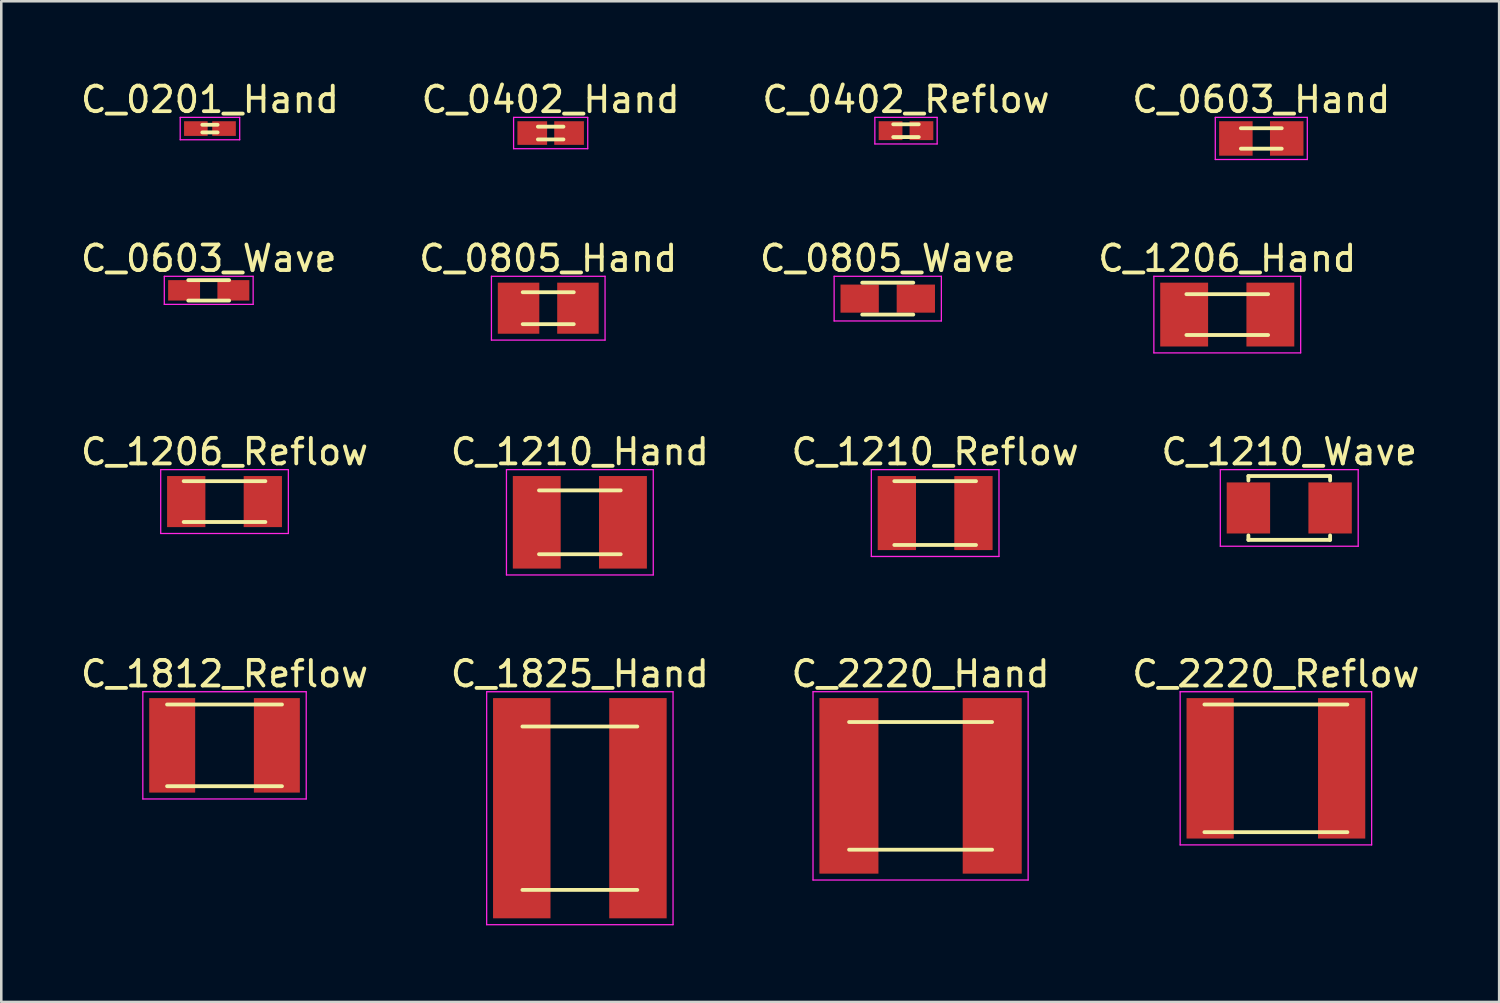
<source format=kicad_pcb>
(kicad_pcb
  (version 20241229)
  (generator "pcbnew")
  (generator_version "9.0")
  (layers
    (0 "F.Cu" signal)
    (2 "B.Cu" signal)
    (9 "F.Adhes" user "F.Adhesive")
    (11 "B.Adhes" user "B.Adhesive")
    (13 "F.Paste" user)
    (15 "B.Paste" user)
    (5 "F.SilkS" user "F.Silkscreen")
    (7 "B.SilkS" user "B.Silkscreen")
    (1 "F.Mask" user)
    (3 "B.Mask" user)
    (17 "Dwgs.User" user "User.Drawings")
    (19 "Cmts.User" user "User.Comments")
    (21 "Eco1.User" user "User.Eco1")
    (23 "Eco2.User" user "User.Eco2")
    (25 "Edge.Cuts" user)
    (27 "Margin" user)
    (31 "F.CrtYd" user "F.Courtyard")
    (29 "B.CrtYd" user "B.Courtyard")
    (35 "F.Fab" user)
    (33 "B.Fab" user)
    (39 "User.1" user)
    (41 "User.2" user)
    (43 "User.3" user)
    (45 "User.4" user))
  (footprint "C_0603_Wave"
    (layer "F.Cu")
    (at 5.125 8.322)
    (property "Reference" "C_0603_Wave" (at 0 -1.25 0) (layer "F.SilkS") (effects (font (size 1 1) (thickness 0.15))))
    (attr smd)
    (fp_line (start -0.8 -0.4) (end 0.8 -0.4) (stroke (width 0.15) (type solid)) (layer "F.SilkS"))
    (fp_line (start -0.8 0.4) (end 0.8 0.4) (stroke (width 0.15) (type solid)) (layer "F.SilkS"))
    (fp_line (start -1.74 -0.55) (end -1.74 0.55) (stroke (width 0.05) (type solid)) (layer "F.CrtYd"))
    (fp_line (start -1.74 -0.55) (end 1.74 -0.55) (stroke (width 0.05) (type solid)) (layer "F.CrtYd"))
    (fp_line (start -1.74 0.55) (end 1.74 0.55) (stroke (width 0.05) (type solid)) (layer "F.CrtYd"))
    (fp_line (start 1.74 -0.55) (end 1.74 0.55) (stroke (width 0.05) (type solid)) (layer "F.CrtYd"))
    (pad "1" smd rect (at -0.965 0) (size 1.25 0.8) (layers "F.Cu" "F.Mask" "F.Paste"))
    (pad "2" smd rect (at 0.965 0) (size 1.25 0.8) (layers "F.Cu" "F.Mask" "F.Paste")))
  (footprint "C_0805_Hand"
    (layer "F.Cu")
    (at 18.423 9.021)
    (property "Reference" "C_0805_Hand" (at 0 -1.95 0) (layer "F.SilkS") (effects (font (size 1 1) (thickness 0.15))))
    (attr smd)
    (fp_line (start -1 -0.625) (end 1 -0.625) (stroke (width 0.15) (type solid)) (layer "F.SilkS"))
    (fp_line (start -1 0.625) (end 1 0.625) (stroke (width 0.15) (type solid)) (layer "F.SilkS"))
    (fp_line (start -2.225 -1.25) (end -2.225 1.25) (stroke (width 0.05) (type solid)) (layer "F.CrtYd"))
    (fp_line (start -2.225 -1.25) (end 2.225 -1.25) (stroke (width 0.05) (type solid)) (layer "F.CrtYd"))
    (fp_line (start -2.225 1.25) (end 2.225 1.25) (stroke (width 0.05) (type solid)) (layer "F.CrtYd"))
    (fp_line (start 2.225 -1.25) (end 2.225 1.25) (stroke (width 0.05) (type solid)) (layer "F.CrtYd"))
    (pad "1" smd rect (at -1.163 0) (size 1.625 2) (layers "F.Cu" "F.Mask" "F.Paste"))
    (pad "2" smd rect (at 1.163 0) (size 1.625 2) (layers "F.Cu" "F.Mask" "F.Paste")))
  (footprint "C_0201_Hand"
    (layer "F.Cu")
    (at 5.173 1.986)
    (property "Reference" "C_0201_Hand" (at 0 -1.137 0) (layer "F.SilkS") (effects (font (size 1 1) (thickness 0.15))))
    (attr smd)
    (fp_line (start -0.3 -0.15) (end 0.3 -0.15) (stroke (width 0.15) (type solid)) (layer "F.SilkS"))
    (fp_line (start -0.3 0.15) (end 0.3 0.15) (stroke (width 0.15) (type solid)) (layer "F.SilkS"))
    (fp_line (start -1.165 -0.438) (end -1.165 0.438) (stroke (width 0.05) (type solid)) (layer "F.CrtYd"))
    (fp_line (start -1.165 -0.438) (end 1.165 -0.438) (stroke (width 0.05) (type solid)) (layer "F.CrtYd"))
    (fp_line (start -1.165 0.438) (end 1.165 0.438) (stroke (width 0.05) (type solid)) (layer "F.CrtYd"))
    (fp_line (start 1.165 -0.438) (end 1.165 0.438) (stroke (width 0.05) (type solid)) (layer "F.CrtYd"))
    (pad "1" smd rect (at -0.552 0) (size 0.925 0.575) (layers "F.Cu" "F.Mask" "F.Paste"))
    (pad "2" smd rect (at 0.552 0) (size 0.925 0.575) (layers "F.Cu" "F.Mask" "F.Paste")))
  (footprint "C_1812_Reflow"
    (layer "F.Cu")
    (at 5.744 26.143)
    (property "Reference" "C_1812_Reflow" (at 0 -2.8 0) (layer "F.SilkS") (effects (font (size 1 1) (thickness 0.15))))
    (attr smd)
    (fp_line (start -2.25 -1.6) (end 2.25 -1.6) (stroke (width 0.15) (type solid)) (layer "F.SilkS"))
    (fp_line (start -2.25 1.6) (end 2.25 1.6) (stroke (width 0.15) (type solid)) (layer "F.SilkS"))
    (fp_line (start -3.2 -2.1) (end -3.2 2.1) (stroke (width 0.05) (type solid)) (layer "F.CrtYd"))
    (fp_line (start -3.2 -2.1) (end 3.2 -2.1) (stroke (width 0.05) (type solid)) (layer "F.CrtYd"))
    (fp_line (start -3.2 2.1) (end 3.2 2.1) (stroke (width 0.05) (type solid)) (layer "F.CrtYd"))
    (fp_line (start 3.2 -2.1) (end 3.2 2.1) (stroke (width 0.05) (type solid)) (layer "F.CrtYd"))
    (pad "1" smd rect (at -2.05 0) (size 1.8 3.7) (layers "F.Cu" "F.Mask" "F.Paste"))
    (pad "2" smd rect (at 2.05 0) (size 1.8 3.7) (layers "F.Cu" "F.Mask" "F.Paste")))
  (footprint "C_1206_Hand"
    (layer "F.Cu")
    (at 45.018 9.271)
    (property "Reference" "C_1206_Hand" (at 0 -2.2 0) (layer "F.SilkS") (effects (font (size 1 1) (thickness 0.15))))
    (attr smd)
    (fp_line (start -1.6 -0.8) (end 1.6 -0.8) (stroke (width 0.15) (type solid)) (layer "F.SilkS"))
    (fp_line (start -1.6 0.8) (end 1.6 0.8) (stroke (width 0.15) (type solid)) (layer "F.SilkS"))
    (fp_line (start -2.875 -1.5) (end -2.875 1.5) (stroke (width 0.05) (type solid)) (layer "F.CrtYd"))
    (fp_line (start -2.875 -1.5) (end 2.875 -1.5) (stroke (width 0.05) (type solid)) (layer "F.CrtYd"))
    (fp_line (start -2.875 1.5) (end 2.875 1.5) (stroke (width 0.05) (type solid)) (layer "F.CrtYd"))
    (fp_line (start 2.875 -1.5) (end 2.875 1.5) (stroke (width 0.05) (type solid)) (layer "F.CrtYd"))
    (pad "1" smd rect (at -1.688 0) (size 1.875 2.5) (layers "F.Cu" "F.Mask" "F.Paste"))
    (pad "2" smd rect (at 1.688 0) (size 1.875 2.5) (layers "F.Cu" "F.Mask" "F.Paste")))
  (footprint "C_0402_Reflow"
    (layer "F.Cu")
    (at 32.435 2.068)
    (property "Reference" "C_0402_Reflow" (at 0 -1.22 0) (layer "F.SilkS") (effects (font (size 1 1) (thickness 0.15))))
    (attr smd)
    (fp_line (start -0.5 -0.25) (end 0.5 -0.25) (stroke (width 0.15) (type solid)) (layer "F.SilkS"))
    (fp_line (start -0.5 0.25) (end 0.5 0.25) (stroke (width 0.15) (type solid)) (layer "F.SilkS"))
    (fp_line (start -1.22 -0.52) (end -1.22 0.52) (stroke (width 0.05) (type solid)) (layer "F.CrtYd"))
    (fp_line (start -1.22 -0.52) (end 1.22 -0.52) (stroke (width 0.05) (type solid)) (layer "F.CrtYd"))
    (fp_line (start -1.22 0.52) (end 1.22 0.52) (stroke (width 0.05) (type solid)) (layer "F.CrtYd"))
    (fp_line (start 1.22 -0.52) (end 1.22 0.52) (stroke (width 0.05) (type solid)) (layer "F.CrtYd"))
    (pad "1" smd rect (at -0.605 0) (size 0.93 0.74) (layers "F.Cu" "F.Mask" "F.Paste"))
    (pad "2" smd rect (at 0.605 0) (size 0.93 0.74) (layers "F.Cu" "F.Mask" "F.Paste")))
  (footprint "C_1210_Wave"
    (layer "F.Cu")
    (at 47.446 16.845)
    (property "Reference" "C_1210_Wave" (at 0 -2.2 0) (layer "F.SilkS") (effects (font (size 1 1) (thickness 0.15))))
    (attr smd)
    (fp_line (start -1.6 -1.25) (end -1.6 -1.075) (stroke (width 0.15) (type solid)) (layer "F.SilkS"))
    (fp_line (start -1.6 -1.25) (end 1.6 -1.25) (stroke (width 0.15) (type solid)) (layer "F.SilkS"))
    (fp_line (start -1.6 1.075) (end -1.6 1.25) (stroke (width 0.15) (type solid)) (layer "F.SilkS"))
    (fp_line (start -1.6 1.25) (end 1.6 1.25) (stroke (width 0.15) (type solid)) (layer "F.SilkS"))
    (fp_line (start 1.6 -1.25) (end 1.6 -1.075) (stroke (width 0.15) (type solid)) (layer "F.SilkS"))
    (fp_line (start 1.6 1.075) (end 1.6 1.25) (stroke (width 0.15) (type solid)) (layer "F.SilkS"))
    (fp_line (start -2.7 -1.5) (end -2.7 1.5) (stroke (width 0.05) (type solid)) (layer "F.CrtYd"))
    (fp_line (start -2.7 -1.5) (end 2.7 -1.5) (stroke (width 0.05) (type solid)) (layer "F.CrtYd"))
    (fp_line (start -2.7 1.5) (end 2.7 1.5) (stroke (width 0.05) (type solid)) (layer "F.CrtYd"))
    (fp_line (start 2.7 -1.5) (end 2.7 1.5) (stroke (width 0.05) (type solid)) (layer "F.CrtYd"))
    (pad "1" smd rect (at -1.6 0) (size 1.7 2) (layers "F.Cu" "F.Mask" "F.Paste"))
    (pad "2" smd rect (at 1.6 0) (size 1.7 2) (layers "F.Cu" "F.Mask" "F.Paste")))
  (footprint "C_0603_Hand"
    (layer "F.Cu")
    (at 46.351 2.373)
    (property "Reference" "C_0603_Hand" (at 0 -1.525 0) (layer "F.SilkS") (effects (font (size 1 1) (thickness 0.15))))
    (attr smd)
    (fp_line (start -0.8 -0.4) (end 0.8 -0.4) (stroke (width 0.15) (type solid)) (layer "F.SilkS"))
    (fp_line (start -0.8 0.4) (end 0.8 0.4) (stroke (width 0.15) (type solid)) (layer "F.SilkS"))
    (fp_line (start -1.802 -0.825) (end -1.802 0.825) (stroke (width 0.05) (type solid)) (layer "F.CrtYd"))
    (fp_line (start -1.802 -0.825) (end 1.802 -0.825) (stroke (width 0.05) (type solid)) (layer "F.CrtYd"))
    (fp_line (start -1.802 0.825) (end 1.802 0.825) (stroke (width 0.05) (type solid)) (layer "F.CrtYd"))
    (fp_line (start 1.802 -0.825) (end 1.802 0.825) (stroke (width 0.05) (type solid)) (layer "F.CrtYd"))
    (pad "1" smd rect (at -0.996 0) (size 1.312 1.35) (layers "F.Cu" "F.Mask" "F.Paste"))
    (pad "2" smd rect (at 0.996 0) (size 1.312 1.35) (layers "F.Cu" "F.Mask" "F.Paste")))
  (footprint "C_1210_Hand"
    (layer "F.Cu")
    (at 19.661 17.407)
    (property "Reference" "C_1210_Hand" (at 0 -2.763 0) (layer "F.SilkS") (effects (font (size 1 1) (thickness 0.15))))
    (attr smd)
    (fp_line (start -1.6 -1.25) (end 1.6 -1.25) (stroke (width 0.15) (type solid)) (layer "F.SilkS"))
    (fp_line (start -1.6 1.25) (end 1.6 1.25) (stroke (width 0.15) (type solid)) (layer "F.SilkS"))
    (fp_line (start -2.875 -2.062) (end -2.875 2.062) (stroke (width 0.05) (type solid)) (layer "F.CrtYd"))
    (fp_line (start -2.875 -2.062) (end 2.875 -2.062) (stroke (width 0.05) (type solid)) (layer "F.CrtYd"))
    (fp_line (start -2.875 2.062) (end 2.875 2.062) (stroke (width 0.05) (type solid)) (layer "F.CrtYd"))
    (fp_line (start 2.875 -2.062) (end 2.875 2.062) (stroke (width 0.05) (type solid)) (layer "F.CrtYd"))
    (pad "1" smd rect (at -1.688 0) (size 1.875 3.625) (layers "F.Cu" "F.Mask" "F.Paste"))
    (pad "2" smd rect (at 1.688 0) (size 1.875 3.625) (layers "F.Cu" "F.Mask" "F.Paste")))
  (footprint "C_1210_Reflow"
    (layer "F.Cu")
    (at 33.577 17.045)
    (property "Reference" "C_1210_Reflow" (at 0 -2.4 0) (layer "F.SilkS") (effects (font (size 1 1) (thickness 0.15))))
    (attr smd)
    (fp_line (start -1.6 -1.25) (end 1.6 -1.25) (stroke (width 0.15) (type solid)) (layer "F.SilkS"))
    (fp_line (start -1.6 1.25) (end 1.6 1.25) (stroke (width 0.15) (type solid)) (layer "F.SilkS"))
    (fp_line (start -2.5 -1.7) (end -2.5 1.7) (stroke (width 0.05) (type solid)) (layer "F.CrtYd"))
    (fp_line (start -2.5 -1.7) (end 2.5 -1.7) (stroke (width 0.05) (type solid)) (layer "F.CrtYd"))
    (fp_line (start -2.5 1.7) (end 2.5 1.7) (stroke (width 0.05) (type solid)) (layer "F.CrtYd"))
    (fp_line (start 2.5 -1.7) (end 2.5 1.7) (stroke (width 0.05) (type solid)) (layer "F.CrtYd"))
    (pad "1" smd rect (at -1.5 0) (size 1.5 2.9) (layers "F.Cu" "F.Mask" "F.Paste"))
    (pad "2" smd rect (at 1.5 0) (size 1.5 2.9) (layers "F.Cu" "F.Mask" "F.Paste")))
  (footprint "C_1206_Reflow"
    (layer "F.Cu")
    (at 5.744 16.595)
    (property "Reference" "C_1206_Reflow" (at 0 -1.95 0) (layer "F.SilkS") (effects (font (size 1 1) (thickness 0.15))))
    (attr smd)
    (fp_line (start -1.6 -0.8) (end 1.6 -0.8) (stroke (width 0.15) (type solid)) (layer "F.SilkS"))
    (fp_line (start -1.6 0.8) (end 1.6 0.8) (stroke (width 0.15) (type solid)) (layer "F.SilkS"))
    (fp_line (start -2.5 -1.25) (end -2.5 1.25) (stroke (width 0.05) (type solid)) (layer "F.CrtYd"))
    (fp_line (start -2.5 -1.25) (end 2.5 -1.25) (stroke (width 0.05) (type solid)) (layer "F.CrtYd"))
    (fp_line (start -2.5 1.25) (end 2.5 1.25) (stroke (width 0.05) (type solid)) (layer "F.CrtYd"))
    (fp_line (start 2.5 -1.25) (end 2.5 1.25) (stroke (width 0.05) (type solid)) (layer "F.CrtYd"))
    (pad "1" smd rect (at -1.5 0) (size 1.5 2) (layers "F.Cu" "F.Mask" "F.Paste"))
    (pad "2" smd rect (at 1.5 0) (size 1.5 2) (layers "F.Cu" "F.Mask" "F.Paste")))
  (footprint "C_2220_Hand"
    (layer "F.Cu")
    (at 33.006 27.73)
    (property "Reference" "C_2220_Hand" (at 0 -4.388 0) (layer "F.SilkS") (effects (font (size 1 1) (thickness 0.15))))
    (attr smd)
    (fp_line (start -2.8 -2.5) (end 2.8 -2.5) (stroke (width 0.15) (type solid)) (layer "F.SilkS"))
    (fp_line (start -2.8 2.5) (end 2.8 2.5) (stroke (width 0.15) (type solid)) (layer "F.SilkS"))
    (fp_line (start -4.213 -3.688) (end -4.213 3.688) (stroke (width 0.05) (type solid)) (layer "F.CrtYd"))
    (fp_line (start -4.213 -3.688) (end 4.213 -3.688) (stroke (width 0.05) (type solid)) (layer "F.CrtYd"))
    (fp_line (start -4.213 3.688) (end 4.213 3.688) (stroke (width 0.05) (type solid)) (layer "F.CrtYd"))
    (fp_line (start 4.213 -3.688) (end 4.213 3.688) (stroke (width 0.05) (type solid)) (layer "F.CrtYd"))
    (pad "1" smd rect (at -2.806 0) (size 2.312 6.875) (layers "F.Cu" "F.Mask" "F.Paste"))
    (pad "2" smd rect (at 2.806 0) (size 2.312 6.875) (layers "F.Cu" "F.Mask" "F.Paste")))
  (footprint "C_0402_Hand"
    (layer "F.Cu")
    (at 18.518 2.161)
    (property "Reference" "C_0402_Hand" (at 0 -1.312 0) (layer "F.SilkS") (effects (font (size 1 1) (thickness 0.15))))
    (attr smd)
    (fp_line (start -0.5 -0.25) (end 0.5 -0.25) (stroke (width 0.15) (type solid)) (layer "F.SilkS"))
    (fp_line (start -0.5 0.25) (end 0.5 0.25) (stroke (width 0.15) (type solid)) (layer "F.SilkS"))
    (fp_line (start -1.452 -0.613) (end -1.452 0.613) (stroke (width 0.05) (type solid)) (layer "F.CrtYd"))
    (fp_line (start -1.452 -0.613) (end 1.452 -0.613) (stroke (width 0.05) (type solid)) (layer "F.CrtYd"))
    (fp_line (start -1.452 0.613) (end 1.452 0.613) (stroke (width 0.05) (type solid)) (layer "F.CrtYd"))
    (fp_line (start 1.452 -0.613) (end 1.452 0.613) (stroke (width 0.05) (type solid)) (layer "F.CrtYd"))
    (pad "1" smd rect (at -0.721 0) (size 1.163 0.925) (layers "F.Cu" "F.Mask" "F.Paste"))
    (pad "2" smd rect (at 0.721 0) (size 1.163 0.925) (layers "F.Cu" "F.Mask" "F.Paste")))
  (footprint "C_0805_Wave"
    (layer "F.Cu")
    (at 31.72 8.646)
    (property "Reference" "C_0805_Wave" (at 0 -1.575 0) (layer "F.SilkS") (effects (font (size 1 1) (thickness 0.15))))
    (attr smd)
    (fp_line (start -1 -0.625) (end 1 -0.625) (stroke (width 0.15) (type solid)) (layer "F.SilkS"))
    (fp_line (start -1 0.625) (end 1 0.625) (stroke (width 0.15) (type solid)) (layer "F.SilkS"))
    (fp_line (start -2.1 -0.875) (end -2.1 0.875) (stroke (width 0.05) (type solid)) (layer "F.CrtYd"))
    (fp_line (start -2.1 -0.875) (end 2.1 -0.875) (stroke (width 0.05) (type solid)) (layer "F.CrtYd"))
    (fp_line (start -2.1 0.875) (end 2.1 0.875) (stroke (width 0.05) (type solid)) (layer "F.CrtYd"))
    (fp_line (start 2.1 -0.875) (end 2.1 0.875) (stroke (width 0.05) (type solid)) (layer "F.CrtYd"))
    (pad "1" smd rect (at -1.1 0) (size 1.5 1.1) (layers "F.Cu" "F.Mask" "F.Paste"))
    (pad "2" smd rect (at 1.1 0) (size 1.5 1.1) (layers "F.Cu" "F.Mask" "F.Paste")))
  (footprint "C_2220_Reflow"
    (layer "F.Cu")
    (at 46.923 27.043)
    (property "Reference" "C_2220_Reflow" (at 0 -3.7 0) (layer "F.SilkS") (effects (font (size 1 1) (thickness 0.15))))
    (attr smd)
    (fp_line (start -2.8 -2.5) (end 2.8 -2.5) (stroke (width 0.15) (type solid)) (layer "F.SilkS"))
    (fp_line (start -2.8 2.5) (end 2.8 2.5) (stroke (width 0.15) (type solid)) (layer "F.SilkS"))
    (fp_line (start -3.75 -3) (end -3.75 3) (stroke (width 0.05) (type solid)) (layer "F.CrtYd"))
    (fp_line (start -3.75 -3) (end 3.75 -3) (stroke (width 0.05) (type solid)) (layer "F.CrtYd"))
    (fp_line (start -3.75 3) (end 3.75 3) (stroke (width 0.05) (type solid)) (layer "F.CrtYd"))
    (fp_line (start 3.75 -3) (end 3.75 3) (stroke (width 0.05) (type solid)) (layer "F.CrtYd"))
    (pad "1" smd rect (at -2.575 0) (size 1.85 5.5) (layers "F.Cu" "F.Mask" "F.Paste"))
    (pad "2" smd rect (at 2.575 0) (size 1.85 5.5) (layers "F.Cu" "F.Mask" "F.Paste")))
  (footprint "C_1825_Hand"
    (layer "F.Cu")
    (at 19.661 28.605)
    (property "Reference" "C_1825_Hand" (at 0 -5.263 0) (layer "F.SilkS") (effects (font (size 1 1) (thickness 0.15))))
    (attr smd)
    (fp_line (start -2.25 -3.2) (end 2.25 -3.2) (stroke (width 0.15) (type solid)) (layer "F.SilkS"))
    (fp_line (start -2.25 3.2) (end 2.25 3.2) (stroke (width 0.15) (type solid)) (layer "F.SilkS"))
    (fp_line (start -3.65 -4.562) (end -3.65 4.562) (stroke (width 0.05) (type solid)) (layer "F.CrtYd"))
    (fp_line (start -3.65 -4.562) (end 3.65 -4.562) (stroke (width 0.05) (type solid)) (layer "F.CrtYd"))
    (fp_line (start -3.65 4.562) (end 3.65 4.562) (stroke (width 0.05) (type solid)) (layer "F.CrtYd"))
    (fp_line (start 3.65 -4.562) (end 3.65 4.562) (stroke (width 0.05) (type solid)) (layer "F.CrtYd"))
    (pad "1" smd rect (at -2.275 0) (size 2.25 8.625) (layers "F.Cu" "F.Mask" "F.Paste"))
    (pad "2" smd rect (at 2.275 0) (size 2.25 8.625) (layers "F.Cu" "F.Mask" "F.Paste")))
  (gr_rect
    (start -3 -3)
    (end 55.667 36.193)
    (stroke (width 0.1) (type default))
    (fill no)
    (layer "Edge.Cuts")))
</source>
